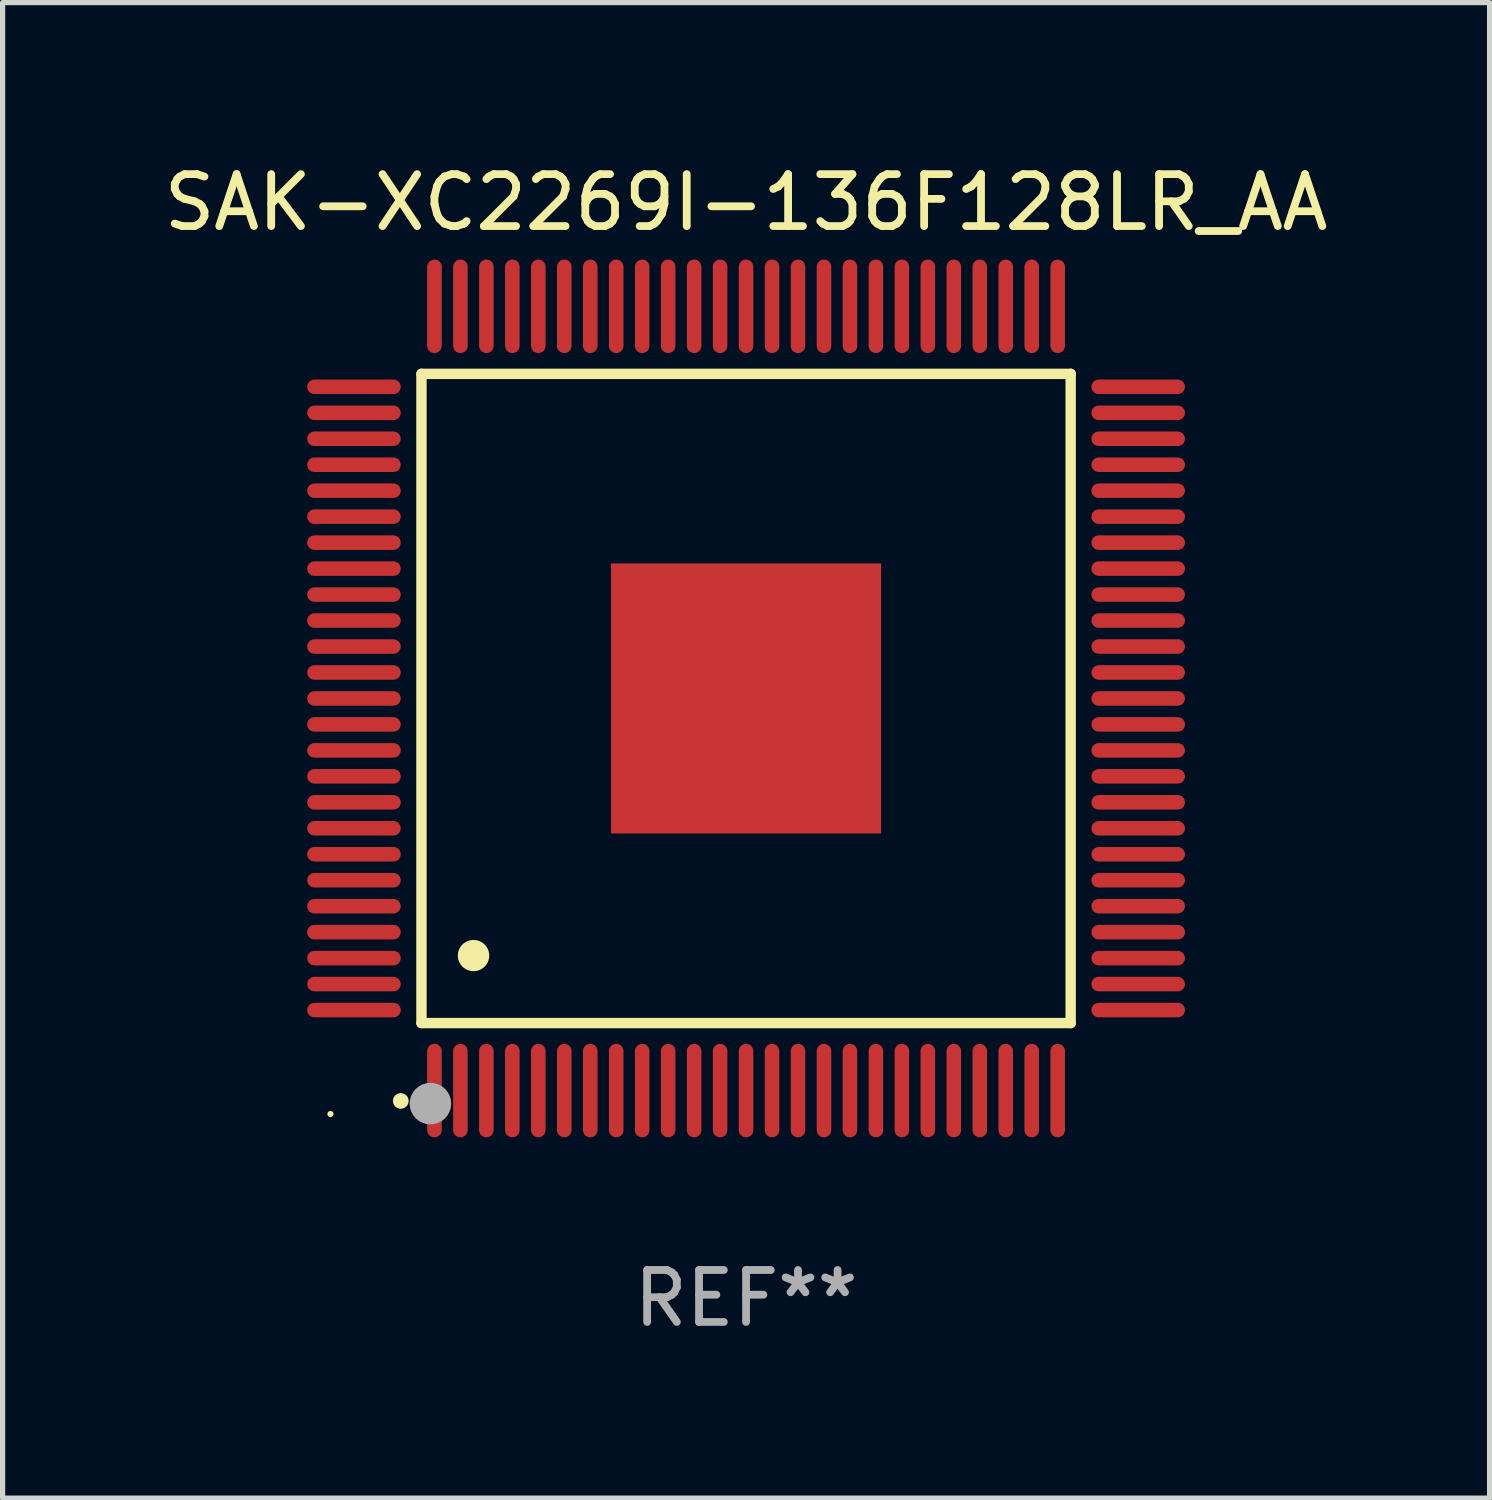
<source format=kicad_pcb>
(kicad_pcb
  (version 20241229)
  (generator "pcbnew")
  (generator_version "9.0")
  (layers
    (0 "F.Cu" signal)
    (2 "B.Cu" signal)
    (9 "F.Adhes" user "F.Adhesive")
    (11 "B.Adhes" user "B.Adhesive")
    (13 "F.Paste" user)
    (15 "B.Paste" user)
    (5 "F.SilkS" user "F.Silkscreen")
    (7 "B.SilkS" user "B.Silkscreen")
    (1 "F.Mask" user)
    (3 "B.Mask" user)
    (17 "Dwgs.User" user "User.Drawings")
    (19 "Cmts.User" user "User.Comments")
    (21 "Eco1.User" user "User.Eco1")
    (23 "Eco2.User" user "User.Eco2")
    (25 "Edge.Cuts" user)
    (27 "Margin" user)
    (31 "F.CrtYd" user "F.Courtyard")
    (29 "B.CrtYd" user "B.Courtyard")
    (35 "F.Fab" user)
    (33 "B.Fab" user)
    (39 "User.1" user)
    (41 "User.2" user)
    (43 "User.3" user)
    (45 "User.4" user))
  (footprint "SAK-XC2269I-136F128LR_AA"
    (layer "F.Cu")
    (at 11.315 10.398)
    (property "Reference" "SAK-XC2269I-136F128LR_AA" (at 0 -9.55 0) (layer "F.SilkS") (effects (font (size 1 1) (thickness 0.15))))
    (attr through_hole)
    (fp_line (start -6.25 -6.25) (end -6.25 6.25) (stroke (width 0.2) (type solid)) (layer "F.SilkS"))
    (fp_line (start -6.25 6.25) (end 6.25 6.25) (stroke (width 0.2) (type solid)) (layer "F.SilkS"))
    (fp_line (start 6.25 -6.25) (end -6.25 -6.25) (stroke (width 0.2) (type solid)) (layer "F.SilkS"))
    (fp_line (start 6.25 6.25) (end 6.25 -6.25) (stroke (width 0.2) (type solid)) (layer "F.SilkS"))
    (fp_arc (start -6.649733 7.749555) (mid -6.648463 7.74955) (end -6.647193 7.749555) (stroke (width 0.3) (type solid)) (layer "F.SilkS"))
    (fp_arc (start -5.250191 4.95047) (mid -5.247651 4.950459) (end -5.245111 4.95047) (stroke (width 0.6) (type solid)) (layer "F.SilkS"))
    (fp_circle (center -8.002 8.002) (end -7.972 8.002) (stroke (width 0.06) (type solid)) (fill no) (layer "F.SilkS"))
    (fp_circle (center -6.078 7.801) (end -5.878 7.801) (stroke (width 0.4) (type solid)) (fill no) (layer "F.Fab"))
    (fp_text user "REF**" (at 0 11.55 0) (layer "F.Fab") (effects (font (size 1 1) (thickness 0.15))))
    (pad "1" smd oval (at -6 7.55 180) (size 0.28 1.8) (layers "F.Cu" "F.Mask" "F.Paste"))
    (pad "2" smd oval (at -5.5 7.55 180) (size 0.28 1.8) (layers "F.Cu" "F.Mask" "F.Paste"))
    (pad "3" smd oval (at -5 7.55 180) (size 0.28 1.8) (layers "F.Cu" "F.Mask" "F.Paste"))
    (pad "4" smd oval (at -4.5 7.55 180) (size 0.28 1.8) (layers "F.Cu" "F.Mask" "F.Paste"))
    (pad "5" smd oval (at -4 7.55 180) (size 0.28 1.8) (layers "F.Cu" "F.Mask" "F.Paste"))
    (pad "6" smd oval (at -3.5 7.55 180) (size 0.28 1.8) (layers "F.Cu" "F.Mask" "F.Paste"))
    (pad "7" smd oval (at -3 7.55 180) (size 0.28 1.8) (layers "F.Cu" "F.Mask" "F.Paste"))
    (pad "8" smd oval (at -2.5 7.55 180) (size 0.28 1.8) (layers "F.Cu" "F.Mask" "F.Paste"))
    (pad "9" smd oval (at -2 7.55 180) (size 0.28 1.8) (layers "F.Cu" "F.Mask" "F.Paste"))
    (pad "10" smd oval (at -1.5 7.55 180) (size 0.28 1.8) (layers "F.Cu" "F.Mask" "F.Paste"))
    (pad "11" smd oval (at -1 7.55 180) (size 0.28 1.8) (layers "F.Cu" "F.Mask" "F.Paste"))
    (pad "12" smd oval (at -0.5 7.55 180) (size 0.28 1.8) (layers "F.Cu" "F.Mask" "F.Paste"))
    (pad "13" smd oval (at 0 7.55 180) (size 0.28 1.8) (layers "F.Cu" "F.Mask" "F.Paste"))
    (pad "14" smd oval (at 0.5 7.55 180) (size 0.28 1.8) (layers "F.Cu" "F.Mask" "F.Paste"))
    (pad "15" smd oval (at 1 7.55 180) (size 0.28 1.8) (layers "F.Cu" "F.Mask" "F.Paste"))
    (pad "16" smd oval (at 1.5 7.55 180) (size 0.28 1.8) (layers "F.Cu" "F.Mask" "F.Paste"))
    (pad "17" smd oval (at 2 7.55 180) (size 0.28 1.8) (layers "F.Cu" "F.Mask" "F.Paste"))
    (pad "18" smd oval (at 2.5 7.55 180) (size 0.28 1.8) (layers "F.Cu" "F.Mask" "F.Paste"))
    (pad "19" smd oval (at 3 7.55 180) (size 0.28 1.8) (layers "F.Cu" "F.Mask" "F.Paste"))
    (pad "20" smd oval (at 3.5 7.55 180) (size 0.28 1.8) (layers "F.Cu" "F.Mask" "F.Paste"))
    (pad "21" smd oval (at 4 7.55 180) (size 0.28 1.8) (layers "F.Cu" "F.Mask" "F.Paste"))
    (pad "22" smd oval (at 4.5 7.55 180) (size 0.28 1.8) (layers "F.Cu" "F.Mask" "F.Paste"))
    (pad "23" smd oval (at 5 7.55 180) (size 0.28 1.8) (layers "F.Cu" "F.Mask" "F.Paste"))
    (pad "24" smd oval (at 5.5 7.55 180) (size 0.28 1.8) (layers "F.Cu" "F.Mask" "F.Paste"))
    (pad "25" smd oval (at 6 7.55 180) (size 0.28 1.8) (layers "F.Cu" "F.Mask" "F.Paste"))
    (pad "26" smd oval (at 7.55 6 90) (size 0.28 1.8) (layers "F.Cu" "F.Mask" "F.Paste"))
    (pad "27" smd oval (at 7.55 5.5 90) (size 0.28 1.8) (layers "F.Cu" "F.Mask" "F.Paste"))
    (pad "28" smd oval (at 7.55 5 90) (size 0.28 1.8) (layers "F.Cu" "F.Mask" "F.Paste"))
    (pad "29" smd oval (at 7.55 4.5 90) (size 0.28 1.8) (layers "F.Cu" "F.Mask" "F.Paste"))
    (pad "30" smd oval (at 7.55 4 90) (size 0.28 1.8) (layers "F.Cu" "F.Mask" "F.Paste"))
    (pad "31" smd oval (at 7.55 3.5 90) (size 0.28 1.8) (layers "F.Cu" "F.Mask" "F.Paste"))
    (pad "32" smd oval (at 7.55 3 90) (size 0.28 1.8) (layers "F.Cu" "F.Mask" "F.Paste"))
    (pad "33" smd oval (at 7.55 2.5 90) (size 0.28 1.8) (layers "F.Cu" "F.Mask" "F.Paste"))
    (pad "34" smd oval (at 7.55 2 90) (size 0.28 1.8) (layers "F.Cu" "F.Mask" "F.Paste"))
    (pad "35" smd oval (at 7.55 1.5 90) (size 0.28 1.8) (layers "F.Cu" "F.Mask" "F.Paste"))
    (pad "36" smd oval (at 7.55 1 90) (size 0.28 1.8) (layers "F.Cu" "F.Mask" "F.Paste"))
    (pad "37" smd oval (at 7.55 0.5 90) (size 0.28 1.8) (layers "F.Cu" "F.Mask" "F.Paste"))
    (pad "38" smd oval (at 7.55 0 90) (size 0.28 1.8) (layers "F.Cu" "F.Mask" "F.Paste"))
    (pad "39" smd oval (at 7.55 -0.5 90) (size 0.28 1.8) (layers "F.Cu" "F.Mask" "F.Paste"))
    (pad "40" smd oval (at 7.55 -1 90) (size 0.28 1.8) (layers "F.Cu" "F.Mask" "F.Paste"))
    (pad "41" smd oval (at 7.55 -1.5 90) (size 0.28 1.8) (layers "F.Cu" "F.Mask" "F.Paste"))
    (pad "42" smd oval (at 7.55 -2 90) (size 0.28 1.8) (layers "F.Cu" "F.Mask" "F.Paste"))
    (pad "43" smd oval (at 7.55 -2.5 90) (size 0.28 1.8) (layers "F.Cu" "F.Mask" "F.Paste"))
    (pad "44" smd oval (at 7.55 -3 90) (size 0.28 1.8) (layers "F.Cu" "F.Mask" "F.Paste"))
    (pad "45" smd oval (at 7.55 -3.5 90) (size 0.28 1.8) (layers "F.Cu" "F.Mask" "F.Paste"))
    (pad "46" smd oval (at 7.55 -4 90) (size 0.28 1.8) (layers "F.Cu" "F.Mask" "F.Paste"))
    (pad "47" smd oval (at 7.55 -4.5 90) (size 0.28 1.8) (layers "F.Cu" "F.Mask" "F.Paste"))
    (pad "48" smd oval (at 7.55 -5 90) (size 0.28 1.8) (layers "F.Cu" "F.Mask" "F.Paste"))
    (pad "49" smd oval (at 7.55 -5.5 90) (size 0.28 1.8) (layers "F.Cu" "F.Mask" "F.Paste"))
    (pad "50" smd oval (at 7.55 -6 90) (size 0.28 1.8) (layers "F.Cu" "F.Mask" "F.Paste"))
    (pad "51" smd oval (at 6 -7.55 180) (size 0.28 1.8) (layers "F.Cu" "F.Mask" "F.Paste"))
    (pad "52" smd oval (at 5.5 -7.55 180) (size 0.28 1.8) (layers "F.Cu" "F.Mask" "F.Paste"))
    (pad "53" smd oval (at 5 -7.55 180) (size 0.28 1.8) (layers "F.Cu" "F.Mask" "F.Paste"))
    (pad "54" smd oval (at 4.5 -7.55 180) (size 0.28 1.8) (layers "F.Cu" "F.Mask" "F.Paste"))
    (pad "55" smd oval (at 4 -7.55 180) (size 0.28 1.8) (layers "F.Cu" "F.Mask" "F.Paste"))
    (pad "56" smd oval (at 3.5 -7.55 180) (size 0.28 1.8) (layers "F.Cu" "F.Mask" "F.Paste"))
    (pad "57" smd oval (at 3 -7.55 180) (size 0.28 1.8) (layers "F.Cu" "F.Mask" "F.Paste"))
    (pad "58" smd oval (at 2.5 -7.55 180) (size 0.28 1.8) (layers "F.Cu" "F.Mask" "F.Paste"))
    (pad "59" smd oval (at 2 -7.55 180) (size 0.28 1.8) (layers "F.Cu" "F.Mask" "F.Paste"))
    (pad "60" smd oval (at 1.5 -7.55 180) (size 0.28 1.8) (layers "F.Cu" "F.Mask" "F.Paste"))
    (pad "61" smd oval (at 1 -7.55 180) (size 0.28 1.8) (layers "F.Cu" "F.Mask" "F.Paste"))
    (pad "62" smd oval (at 0.5 -7.55 180) (size 0.28 1.8) (layers "F.Cu" "F.Mask" "F.Paste"))
    (pad "63" smd oval (at 0 -7.55 180) (size 0.28 1.8) (layers "F.Cu" "F.Mask" "F.Paste"))
    (pad "64" smd oval (at -0.5 -7.55 180) (size 0.28 1.8) (layers "F.Cu" "F.Mask" "F.Paste"))
    (pad "65" smd oval (at -1 -7.55 180) (size 0.28 1.8) (layers "F.Cu" "F.Mask" "F.Paste"))
    (pad "66" smd oval (at -1.5 -7.55 180) (size 0.28 1.8) (layers "F.Cu" "F.Mask" "F.Paste"))
    (pad "67" smd oval (at -2 -7.55 180) (size 0.28 1.8) (layers "F.Cu" "F.Mask" "F.Paste"))
    (pad "68" smd oval (at -2.5 -7.55 180) (size 0.28 1.8) (layers "F.Cu" "F.Mask" "F.Paste"))
    (pad "69" smd oval (at -3 -7.55 180) (size 0.28 1.8) (layers "F.Cu" "F.Mask" "F.Paste"))
    (pad "70" smd oval (at -3.5 -7.55 180) (size 0.28 1.8) (layers "F.Cu" "F.Mask" "F.Paste"))
    (pad "71" smd oval (at -4 -7.55 180) (size 0.28 1.8) (layers "F.Cu" "F.Mask" "F.Paste"))
    (pad "72" smd oval (at -4.5 -7.55 180) (size 0.28 1.8) (layers "F.Cu" "F.Mask" "F.Paste"))
    (pad "73" smd oval (at -5 -7.55 180) (size 0.28 1.8) (layers "F.Cu" "F.Mask" "F.Paste"))
    (pad "74" smd oval (at -5.5 -7.55 180) (size 0.28 1.8) (layers "F.Cu" "F.Mask" "F.Paste"))
    (pad "75" smd oval (at -6 -7.55 180) (size 0.28 1.8) (layers "F.Cu" "F.Mask" "F.Paste"))
    (pad "76" smd oval (at -7.55 -6 90) (size 0.28 1.8) (layers "F.Cu" "F.Mask" "F.Paste"))
    (pad "77" smd oval (at -7.55 -5.5 90) (size 0.28 1.8) (layers "F.Cu" "F.Mask" "F.Paste"))
    (pad "78" smd oval (at -7.55 -5 90) (size 0.28 1.8) (layers "F.Cu" "F.Mask" "F.Paste"))
    (pad "79" smd oval (at -7.55 -4.5 90) (size 0.28 1.8) (layers "F.Cu" "F.Mask" "F.Paste"))
    (pad "80" smd oval (at -7.55 -4 90) (size 0.28 1.8) (layers "F.Cu" "F.Mask" "F.Paste"))
    (pad "81" smd oval (at -7.55 -3.5 90) (size 0.28 1.8) (layers "F.Cu" "F.Mask" "F.Paste"))
    (pad "82" smd oval (at -7.55 -3 90) (size 0.28 1.8) (layers "F.Cu" "F.Mask" "F.Paste"))
    (pad "83" smd oval (at -7.55 -2.5 90) (size 0.28 1.8) (layers "F.Cu" "F.Mask" "F.Paste"))
    (pad "84" smd oval (at -7.55 -2 90) (size 0.28 1.8) (layers "F.Cu" "F.Mask" "F.Paste"))
    (pad "85" smd oval (at -7.55 -1.5 90) (size 0.28 1.8) (layers "F.Cu" "F.Mask" "F.Paste"))
    (pad "86" smd oval (at -7.55 -1 90) (size 0.28 1.8) (layers "F.Cu" "F.Mask" "F.Paste"))
    (pad "87" smd oval (at -7.55 -0.5 90) (size 0.28 1.8) (layers "F.Cu" "F.Mask" "F.Paste"))
    (pad "88" smd oval (at -7.55 0 90) (size 0.28 1.8) (layers "F.Cu" "F.Mask" "F.Paste"))
    (pad "89" smd oval (at -7.55 0.5 90) (size 0.28 1.8) (layers "F.Cu" "F.Mask" "F.Paste"))
    (pad "90" smd oval (at -7.55 1 90) (size 0.28 1.8) (layers "F.Cu" "F.Mask" "F.Paste"))
    (pad "91" smd oval (at -7.55 1.5 90) (size 0.28 1.8) (layers "F.Cu" "F.Mask" "F.Paste"))
    (pad "92" smd oval (at -7.55 2 90) (size 0.28 1.8) (layers "F.Cu" "F.Mask" "F.Paste"))
    (pad "93" smd oval (at -7.55 2.5 90) (size 0.28 1.8) (layers "F.Cu" "F.Mask" "F.Paste"))
    (pad "94" smd oval (at -7.55 3 90) (size 0.28 1.8) (layers "F.Cu" "F.Mask" "F.Paste"))
    (pad "95" smd oval (at -7.55 3.5 90) (size 0.28 1.8) (layers "F.Cu" "F.Mask" "F.Paste"))
    (pad "96" smd oval (at -7.55 4 90) (size 0.28 1.8) (layers "F.Cu" "F.Mask" "F.Paste"))
    (pad "97" smd oval (at -7.55 4.5 90) (size 0.28 1.8) (layers "F.Cu" "F.Mask" "F.Paste"))
    (pad "98" smd oval (at -7.55 5 90) (size 0.28 1.8) (layers "F.Cu" "F.Mask" "F.Paste"))
    (pad "99" smd oval (at -7.55 5.5 90) (size 0.28 1.8) (layers "F.Cu" "F.Mask" "F.Paste"))
    (pad "100" smd oval (at -7.55 6 90) (size 0.28 1.8) (layers "F.Cu" "F.Mask" "F.Paste"))
    (pad "101" smd rect (at 0 0) (size 5.2 5.2) (layers "F.Cu" "F.Mask" "F.Paste")))
  (gr_rect
    (start -3 -3)
    (end 25.631 25.796)
    (stroke (width 0.1) (type default))
    (fill no)
    (layer "Edge.Cuts")))
</source>
